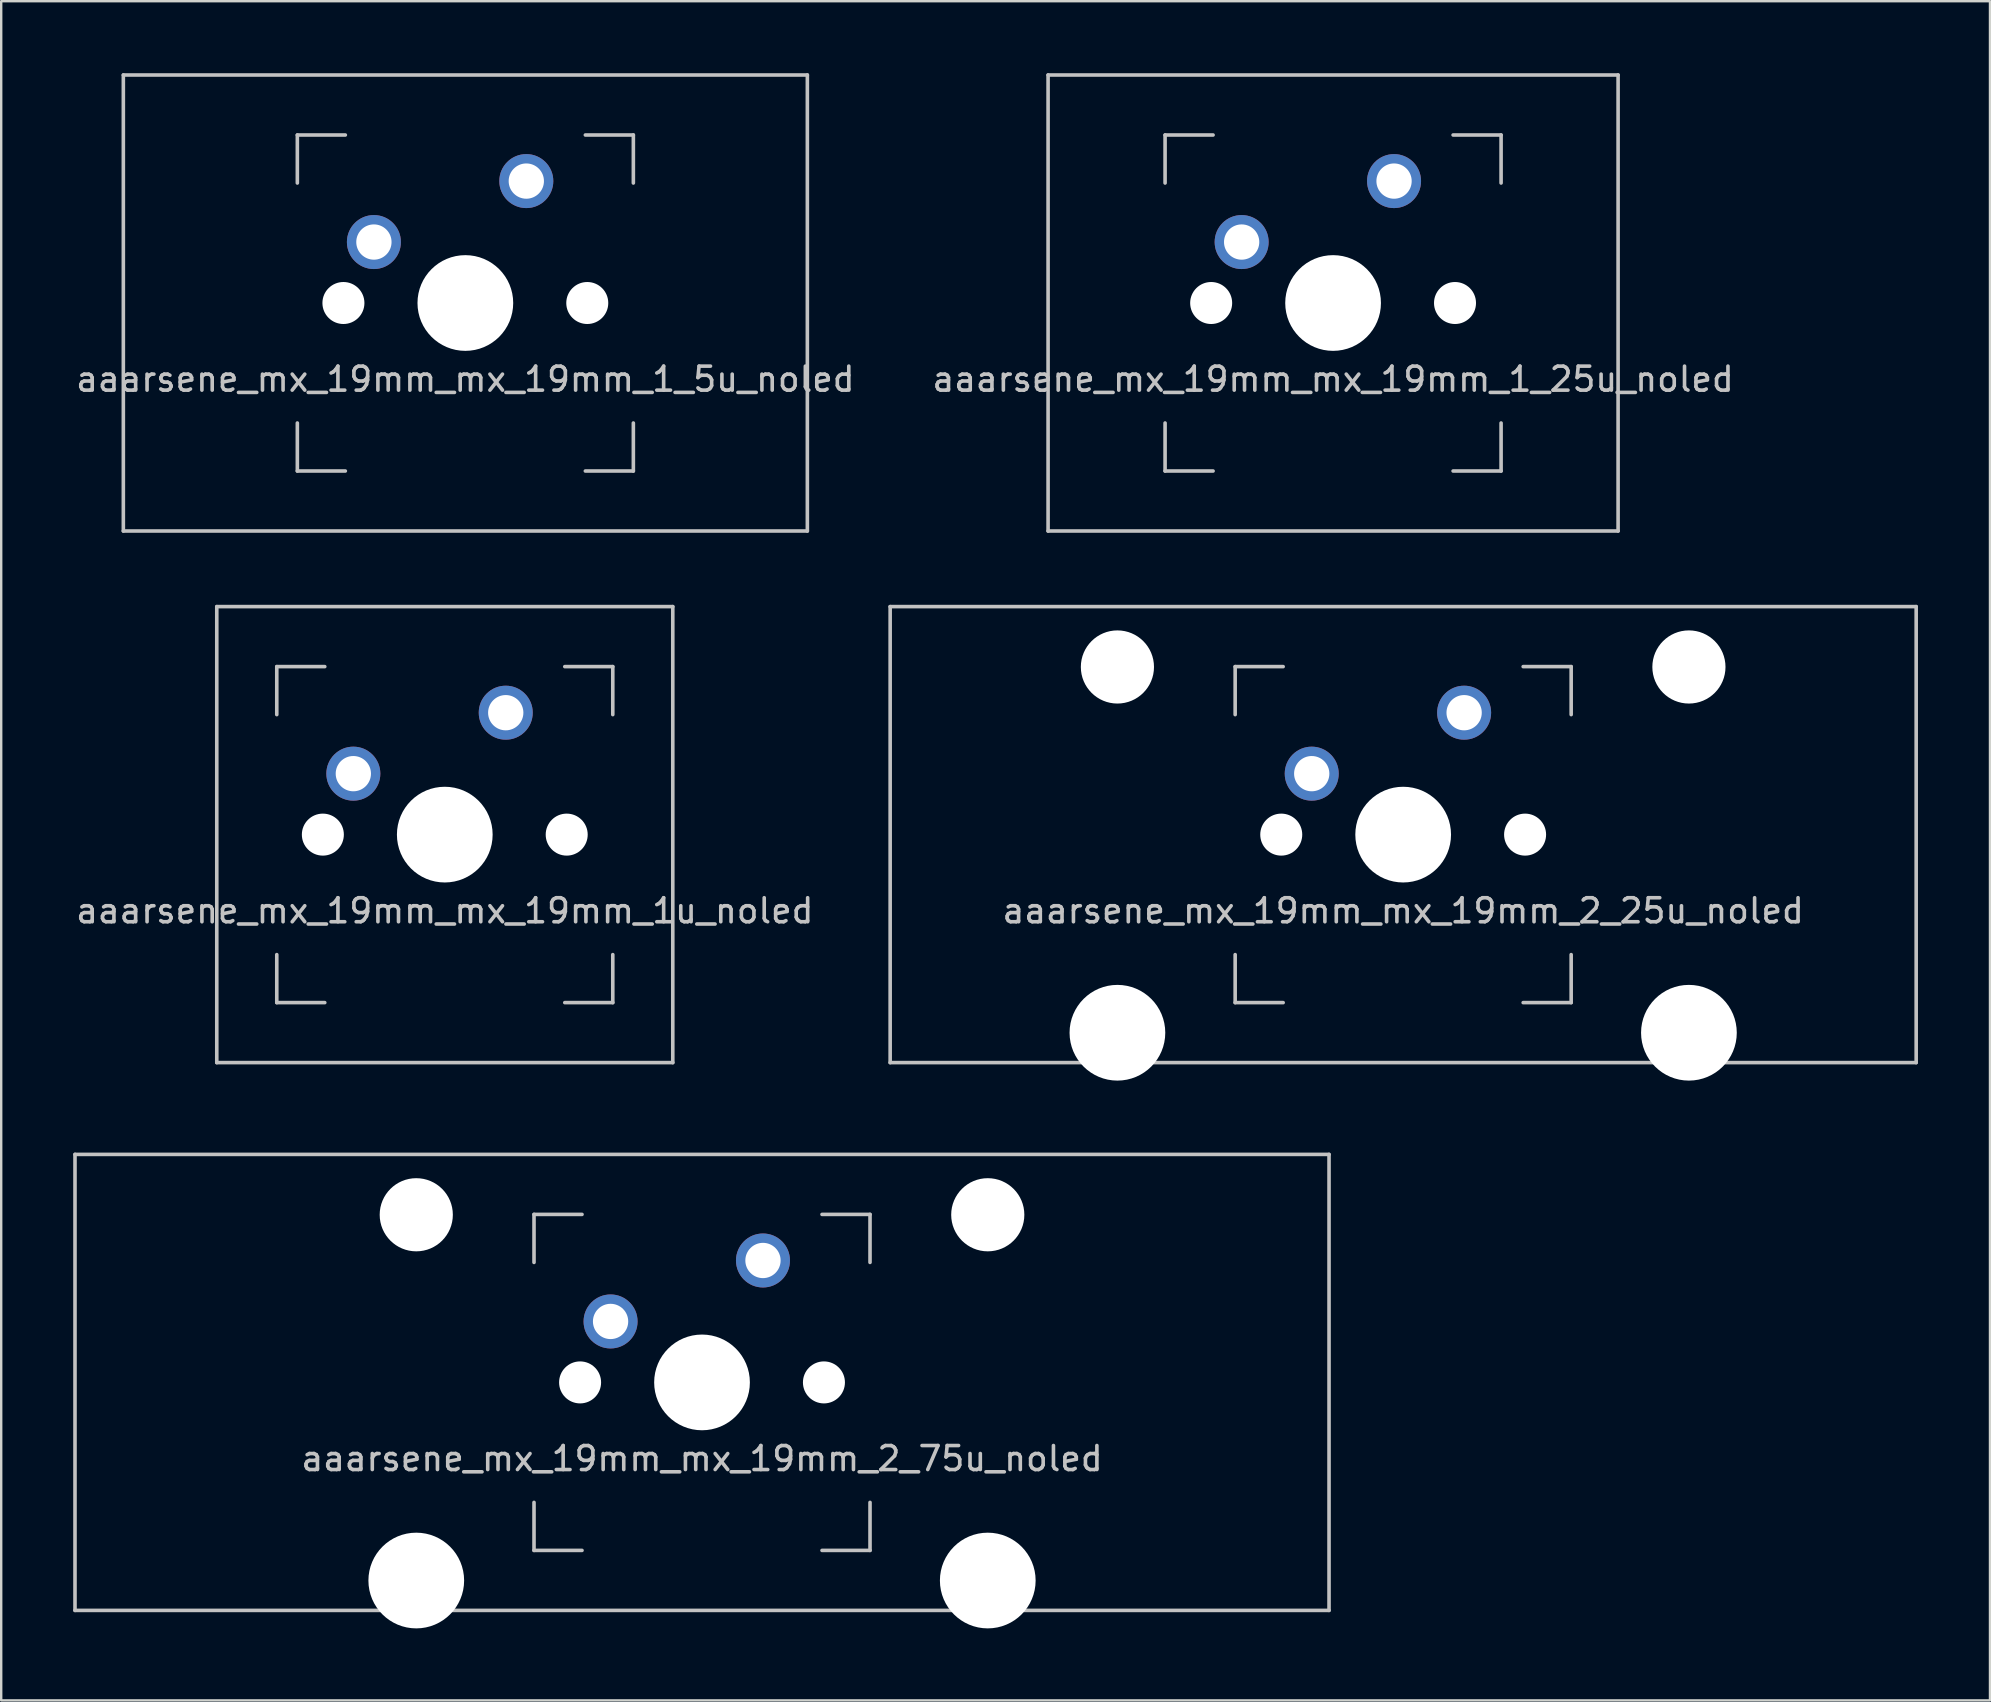
<source format=kicad_pcb>
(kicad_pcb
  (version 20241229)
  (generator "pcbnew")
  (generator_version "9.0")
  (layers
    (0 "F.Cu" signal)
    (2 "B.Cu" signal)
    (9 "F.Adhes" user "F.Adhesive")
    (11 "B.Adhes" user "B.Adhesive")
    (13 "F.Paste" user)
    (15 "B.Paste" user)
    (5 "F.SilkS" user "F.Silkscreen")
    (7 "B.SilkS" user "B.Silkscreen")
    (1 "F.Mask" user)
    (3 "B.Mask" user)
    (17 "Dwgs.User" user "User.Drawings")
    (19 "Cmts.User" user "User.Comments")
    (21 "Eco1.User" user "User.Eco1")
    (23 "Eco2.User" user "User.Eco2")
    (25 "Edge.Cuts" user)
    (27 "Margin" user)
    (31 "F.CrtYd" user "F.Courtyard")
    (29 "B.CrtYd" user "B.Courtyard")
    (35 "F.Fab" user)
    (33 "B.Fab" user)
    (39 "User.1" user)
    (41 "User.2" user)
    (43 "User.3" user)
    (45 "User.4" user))
  (footprint "aaarsene_mx_19mm_mx_19mm_1u_noled"
    (layer "F.Cu")
    (at 15.482 31.725)
    (property "Reference" "aaarsene_mx_19mm_mx_19mm_1u_noled" (at 0 3.175 0) (layer "Dwgs.User") (effects (font (size 1 1) (thickness 0.15))))
    (attr through_hole)
    (fp_line (start -9.5 -9.5) (end 9.5 -9.5) (stroke (width 0.15) (type solid)) (layer "Dwgs.User"))
    (fp_line (start -9.5 9.5) (end -9.5 -9.5) (stroke (width 0.15) (type solid)) (layer "Dwgs.User"))
    (fp_line (start -7 -7) (end -7 -5) (stroke (width 0.15) (type solid)) (layer "Dwgs.User"))
    (fp_line (start -7 5) (end -7 7) (stroke (width 0.15) (type solid)) (layer "Dwgs.User"))
    (fp_line (start -7 7) (end -5 7) (stroke (width 0.15) (type solid)) (layer "Dwgs.User"))
    (fp_line (start -5 -7) (end -7 -7) (stroke (width 0.15) (type solid)) (layer "Dwgs.User"))
    (fp_line (start 5 -7) (end 7 -7) (stroke (width 0.15) (type solid)) (layer "Dwgs.User"))
    (fp_line (start 5 7) (end 7 7) (stroke (width 0.15) (type solid)) (layer "Dwgs.User"))
    (fp_line (start 7 -7) (end 7 -5) (stroke (width 0.15) (type solid)) (layer "Dwgs.User"))
    (fp_line (start 7 7) (end 7 5) (stroke (width 0.15) (type solid)) (layer "Dwgs.User"))
    (fp_line (start 9.5 -9.5) (end 9.5 9.5) (stroke (width 0.15) (type solid)) (layer "Dwgs.User"))
    (fp_line (start 9.5 9.5) (end -9.5 9.5) (stroke (width 0.15) (type solid)) (layer "Dwgs.User"))
    (pad "" np_thru_hole circle (at -5.08 0 48.1) (size 1.75 1.75) (drill 1.75) (layers "*.Cu" "*.Mask"))
    (pad "" np_thru_hole circle (at 0 0) (size 3.988 3.988) (drill 3.988) (layers "*.Cu" "*.Mask"))
    (pad "" np_thru_hole circle (at 5.08 0 48.1) (size 1.75 1.75) (drill 1.75) (layers "*.Cu" "*.Mask"))
    (pad "1" thru_hole circle (at 2.54 -5.08) (size 2.25 2.25) (drill 1.47) (layers "*.Cu" "B.Mask"))
    (pad "2" thru_hole circle (at -3.81 -2.54) (size 2.25 2.25) (drill 1.47) (layers "*.Cu" "B.Mask")))
  (footprint "aaarsene_mx_19mm_mx_19mm_1_5u_noled"
    (layer "F.Cu")
    (at 16.339 9.575)
    (property "Reference" "aaarsene_mx_19mm_mx_19mm_1_5u_noled" (at 0 3.175 0) (layer "Dwgs.User") (effects (font (size 1 1) (thickness 0.15))))
    (attr through_hole)
    (fp_line (start -14.25 -9.5) (end 14.25 -9.5) (stroke (width 0.15) (type solid)) (layer "Dwgs.User"))
    (fp_line (start -14.25 9.5) (end -14.25 -9.5) (stroke (width 0.15) (type solid)) (layer "Dwgs.User"))
    (fp_line (start -14.25 9.5) (end 14.25 9.5) (stroke (width 0.15) (type solid)) (layer "Dwgs.User"))
    (fp_line (start -7 -7) (end -7 -5) (stroke (width 0.15) (type solid)) (layer "Dwgs.User"))
    (fp_line (start -7 5) (end -7 7) (stroke (width 0.15) (type solid)) (layer "Dwgs.User"))
    (fp_line (start -7 7) (end -5 7) (stroke (width 0.15) (type solid)) (layer "Dwgs.User"))
    (fp_line (start -5 -7) (end -7 -7) (stroke (width 0.15) (type solid)) (layer "Dwgs.User"))
    (fp_line (start 5 -7) (end 7 -7) (stroke (width 0.15) (type solid)) (layer "Dwgs.User"))
    (fp_line (start 5 7) (end 7 7) (stroke (width 0.15) (type solid)) (layer "Dwgs.User"))
    (fp_line (start 7 -7) (end 7 -5) (stroke (width 0.15) (type solid)) (layer "Dwgs.User"))
    (fp_line (start 7 7) (end 7 5) (stroke (width 0.15) (type solid)) (layer "Dwgs.User"))
    (fp_line (start 14.25 -9.5) (end 14.25 9.5) (stroke (width 0.15) (type solid)) (layer "Dwgs.User"))
    (pad "" np_thru_hole circle (at -5.08 0 48.1) (size 1.75 1.75) (drill 1.75) (layers "*.Cu" "*.Mask"))
    (pad "" np_thru_hole circle (at 0 0) (size 3.988 3.988) (drill 3.988) (layers "*.Cu" "*.Mask"))
    (pad "" np_thru_hole circle (at 5.08 0 48.1) (size 1.75 1.75) (drill 1.75) (layers "*.Cu" "*.Mask"))
    (pad "1" thru_hole circle (at 2.54 -5.08) (size 2.25 2.25) (drill 1.47) (layers "*.Cu" "B.Mask"))
    (pad "2" thru_hole circle (at -3.81 -2.54) (size 2.25 2.25) (drill 1.47) (layers "*.Cu" "B.Mask")))
  (footprint "aaarsene_mx_19mm_mx_19mm_2_75u_noled"
    (layer "F.Cu")
    (at 26.2 54.549)
    (property "Reference" "aaarsene_mx_19mm_mx_19mm_2_75u_noled" (at 0 3.175 0) (layer "Dwgs.User") (effects (font (size 1 1) (thickness 0.15))))
    (attr through_hole)
    (fp_line (start -26.125 -9.5) (end 26.125 -9.5) (stroke (width 0.15) (type solid)) (layer "Dwgs.User"))
    (fp_line (start -26.125 9.5) (end -26.125 -9.5) (stroke (width 0.15) (type solid)) (layer "Dwgs.User"))
    (fp_line (start -26.125 9.5) (end 26.125 9.5) (stroke (width 0.15) (type solid)) (layer "Dwgs.User"))
    (fp_line (start -7 -7) (end -7 -5) (stroke (width 0.15) (type solid)) (layer "Dwgs.User"))
    (fp_line (start -7 5) (end -7 7) (stroke (width 0.15) (type solid)) (layer "Dwgs.User"))
    (fp_line (start -7 7) (end -5 7) (stroke (width 0.15) (type solid)) (layer "Dwgs.User"))
    (fp_line (start -5 -7) (end -7 -7) (stroke (width 0.15) (type solid)) (layer "Dwgs.User"))
    (fp_line (start 5 -7) (end 7 -7) (stroke (width 0.15) (type solid)) (layer "Dwgs.User"))
    (fp_line (start 5 7) (end 7 7) (stroke (width 0.15) (type solid)) (layer "Dwgs.User"))
    (fp_line (start 7 -7) (end 7 -5) (stroke (width 0.15) (type solid)) (layer "Dwgs.User"))
    (fp_line (start 7 7) (end 7 5) (stroke (width 0.15) (type solid)) (layer "Dwgs.User"))
    (fp_line (start 26.125 -9.5) (end 26.125 9.5) (stroke (width 0.15) (type solid)) (layer "Dwgs.User"))
    (pad "" np_thru_hole circle (at -11.906 -6.985) (size 3.048 3.048) (drill 3.048) (layers "*.Cu" "*.Mask"))
    (pad "" np_thru_hole circle (at -11.906 8.255) (size 3.988 3.988) (drill 3.988) (layers "*.Cu" "*.Mask"))
    (pad "" np_thru_hole circle (at -5.08 0 48.1) (size 1.75 1.75) (drill 1.75) (layers "*.Cu" "*.Mask"))
    (pad "" np_thru_hole circle (at 0 0) (size 3.988 3.988) (drill 3.988) (layers "*.Cu" "*.Mask"))
    (pad "" np_thru_hole circle (at 5.08 0 48.1) (size 1.75 1.75) (drill 1.75) (layers "*.Cu" "*.Mask"))
    (pad "" np_thru_hole circle (at 11.906 -6.985) (size 3.048 3.048) (drill 3.048) (layers "*.Cu" "*.Mask"))
    (pad "" np_thru_hole circle (at 11.906 8.255) (size 3.988 3.988) (drill 3.988) (layers "*.Cu" "*.Mask"))
    (pad "1" thru_hole circle (at 2.54 -5.08) (size 2.25 2.25) (drill 1.47) (layers "*.Cu" "B.Mask"))
    (pad "2" thru_hole circle (at -3.81 -2.54) (size 2.25 2.25) (drill 1.47) (layers "*.Cu" "B.Mask")))
  (footprint "aaarsene_mx_19mm_mx_19mm_2_25u_noled"
    (layer "F.Cu")
    (at 55.414 31.725)
    (property "Reference" "aaarsene_mx_19mm_mx_19mm_2_25u_noled" (at 0 3.175 0) (layer "Dwgs.User") (effects (font (size 1 1) (thickness 0.15))))
    (attr through_hole)
    (fp_line (start -21.375 -9.5) (end 21.375 -9.5) (stroke (width 0.15) (type solid)) (layer "Dwgs.User"))
    (fp_line (start -21.375 9.5) (end -21.375 -9.5) (stroke (width 0.15) (type solid)) (layer "Dwgs.User"))
    (fp_line (start -21.375 9.5) (end 21.375 9.5) (stroke (width 0.15) (type solid)) (layer "Dwgs.User"))
    (fp_line (start -7 -7) (end -7 -5) (stroke (width 0.15) (type solid)) (layer "Dwgs.User"))
    (fp_line (start -7 5) (end -7 7) (stroke (width 0.15) (type solid)) (layer "Dwgs.User"))
    (fp_line (start -7 7) (end -5 7) (stroke (width 0.15) (type solid)) (layer "Dwgs.User"))
    (fp_line (start -5 -7) (end -7 -7) (stroke (width 0.15) (type solid)) (layer "Dwgs.User"))
    (fp_line (start 5 -7) (end 7 -7) (stroke (width 0.15) (type solid)) (layer "Dwgs.User"))
    (fp_line (start 5 7) (end 7 7) (stroke (width 0.15) (type solid)) (layer "Dwgs.User"))
    (fp_line (start 7 -7) (end 7 -5) (stroke (width 0.15) (type solid)) (layer "Dwgs.User"))
    (fp_line (start 7 7) (end 7 5) (stroke (width 0.15) (type solid)) (layer "Dwgs.User"))
    (fp_line (start 21.375 -9.5) (end 21.375 9.5) (stroke (width 0.15) (type solid)) (layer "Dwgs.User"))
    (pad "" np_thru_hole circle (at -11.906 -6.985) (size 3.048 3.048) (drill 3.048) (layers "*.Cu" "*.Mask"))
    (pad "" np_thru_hole circle (at -11.906 8.255) (size 3.988 3.988) (drill 3.988) (layers "*.Cu" "*.Mask"))
    (pad "" np_thru_hole circle (at -5.08 0 48.1) (size 1.75 1.75) (drill 1.75) (layers "*.Cu" "*.Mask"))
    (pad "" np_thru_hole circle (at 0 0) (size 3.988 3.988) (drill 3.988) (layers "*.Cu" "*.Mask"))
    (pad "" np_thru_hole circle (at 5.08 0 48.1) (size 1.75 1.75) (drill 1.75) (layers "*.Cu" "*.Mask"))
    (pad "" np_thru_hole circle (at 11.906 -6.985) (size 3.048 3.048) (drill 3.048) (layers "*.Cu" "*.Mask"))
    (pad "" np_thru_hole circle (at 11.906 8.255) (size 3.988 3.988) (drill 3.988) (layers "*.Cu" "*.Mask"))
    (pad "1" thru_hole circle (at 2.54 -5.08) (size 2.25 2.25) (drill 1.47) (layers "*.Cu" "B.Mask"))
    (pad "2" thru_hole circle (at -3.81 -2.54) (size 2.25 2.25) (drill 1.47) (layers "*.Cu" "B.Mask")))
  (footprint "aaarsene_mx_19mm_mx_19mm_1_25u_noled"
    (layer "F.Cu")
    (at 52.494 9.575)
    (property "Reference" "aaarsene_mx_19mm_mx_19mm_1_25u_noled" (at 0 3.175 0) (layer "Dwgs.User") (effects (font (size 1 1) (thickness 0.15))))
    (attr through_hole)
    (fp_line (start -11.875 -9.5) (end 11.875 -9.5) (stroke (width 0.15) (type solid)) (layer "Dwgs.User"))
    (fp_line (start -11.875 9.5) (end -11.875 -9.5) (stroke (width 0.15) (type solid)) (layer "Dwgs.User"))
    (fp_line (start -11.875 9.5) (end 11.875 9.5) (stroke (width 0.15) (type solid)) (layer "Dwgs.User"))
    (fp_line (start -7 -7) (end -7 -5) (stroke (width 0.15) (type solid)) (layer "Dwgs.User"))
    (fp_line (start -7 5) (end -7 7) (stroke (width 0.15) (type solid)) (layer "Dwgs.User"))
    (fp_line (start -7 7) (end -5 7) (stroke (width 0.15) (type solid)) (layer "Dwgs.User"))
    (fp_line (start -5 -7) (end -7 -7) (stroke (width 0.15) (type solid)) (layer "Dwgs.User"))
    (fp_line (start 5 -7) (end 7 -7) (stroke (width 0.15) (type solid)) (layer "Dwgs.User"))
    (fp_line (start 5 7) (end 7 7) (stroke (width 0.15) (type solid)) (layer "Dwgs.User"))
    (fp_line (start 7 -7) (end 7 -5) (stroke (width 0.15) (type solid)) (layer "Dwgs.User"))
    (fp_line (start 7 7) (end 7 5) (stroke (width 0.15) (type solid)) (layer "Dwgs.User"))
    (fp_line (start 11.875 -9.5) (end 11.875 9.5) (stroke (width 0.15) (type solid)) (layer "Dwgs.User"))
    (pad "" np_thru_hole circle (at -5.08 0 48.1) (size 1.75 1.75) (drill 1.75) (layers "*.Cu" "*.Mask"))
    (pad "" np_thru_hole circle (at 0 0) (size 3.988 3.988) (drill 3.988) (layers "*.Cu" "*.Mask"))
    (pad "" np_thru_hole circle (at 5.08 0 48.1) (size 1.75 1.75) (drill 1.75) (layers "*.Cu" "*.Mask"))
    (pad "1" thru_hole circle (at 2.54 -5.08) (size 2.25 2.25) (drill 1.47) (layers "*.Cu" "B.Mask"))
    (pad "2" thru_hole circle (at -3.81 -2.54) (size 2.25 2.25) (drill 1.47) (layers "*.Cu" "B.Mask")))
  (gr_rect
    (start -3 -3)
    (end 79.864 67.798)
    (stroke (width 0.1) (type default))
    (fill no)
    (layer "Edge.Cuts")))
</source>
